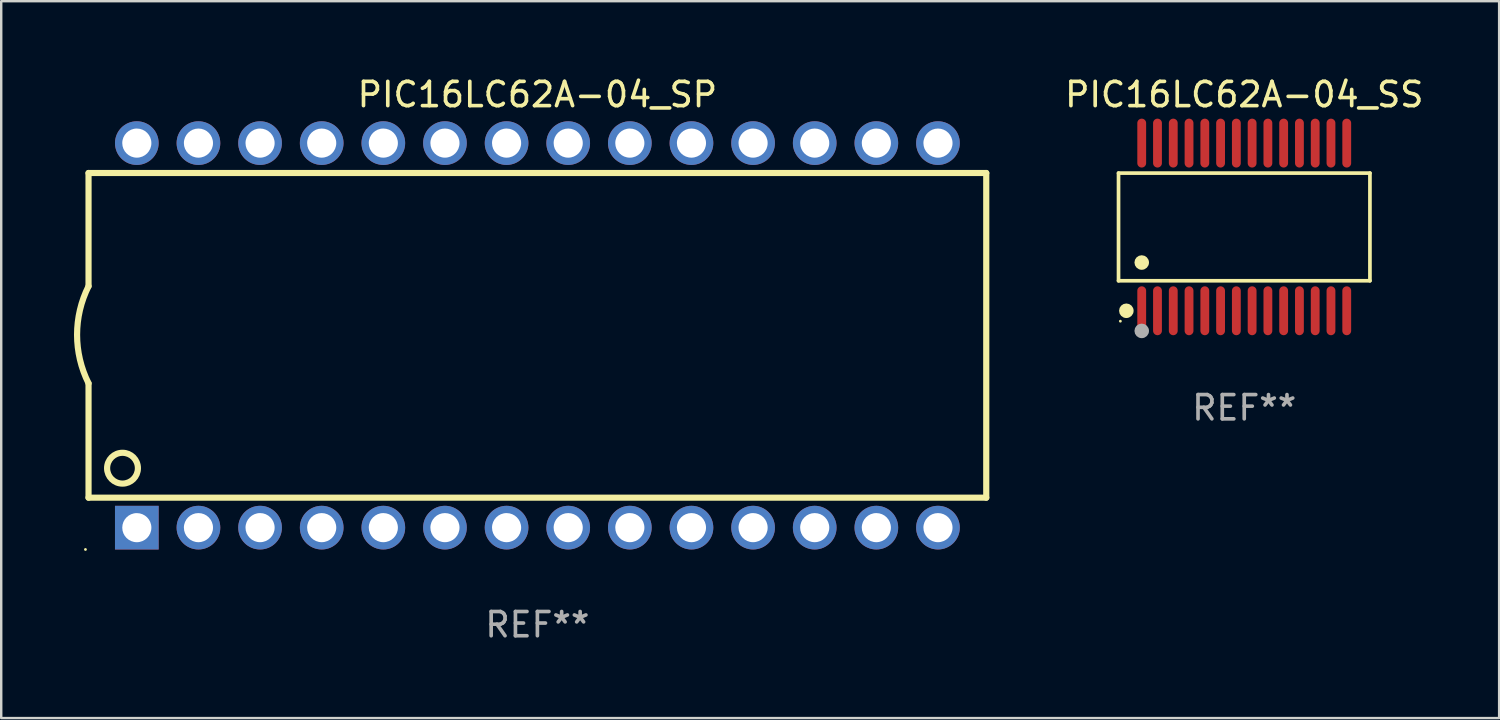
<source format=kicad_pcb>
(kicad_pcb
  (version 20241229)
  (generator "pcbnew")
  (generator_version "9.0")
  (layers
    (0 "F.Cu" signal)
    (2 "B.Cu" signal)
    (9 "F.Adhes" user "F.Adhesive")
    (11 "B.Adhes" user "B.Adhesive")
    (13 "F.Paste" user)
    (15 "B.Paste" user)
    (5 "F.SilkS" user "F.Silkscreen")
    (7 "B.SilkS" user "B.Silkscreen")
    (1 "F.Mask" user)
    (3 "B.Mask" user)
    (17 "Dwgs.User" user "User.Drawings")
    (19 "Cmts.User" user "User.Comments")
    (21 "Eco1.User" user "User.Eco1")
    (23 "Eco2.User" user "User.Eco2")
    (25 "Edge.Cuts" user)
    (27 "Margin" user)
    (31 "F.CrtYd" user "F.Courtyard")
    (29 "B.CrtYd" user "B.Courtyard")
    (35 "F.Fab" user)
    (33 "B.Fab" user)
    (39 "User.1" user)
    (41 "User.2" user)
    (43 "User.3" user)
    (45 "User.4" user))
  (footprint "PIC16LC62A-04_SS"
    (layer "F.Cu")
    (at 48.232 6.303)
    (property "Reference" "PIC16LC62A-04_SS" (at 0 -5.455 0) (layer "F.SilkS") (effects (font (size 1 1) (thickness 0.15))))
    (attr through_hole)
    (fp_line (start -5.181 -2.219) (end 5.181 -2.219) (stroke (width 0.152) (type solid)) (layer "F.SilkS"))
    (fp_line (start -5.181 2.219) (end -5.181 -2.219) (stroke (width 0.152) (type solid)) (layer "F.SilkS"))
    (fp_line (start 5.181 -2.219) (end 5.181 2.219) (stroke (width 0.152) (type solid)) (layer "F.SilkS"))
    (fp_line (start 5.181 2.219) (end -5.181 2.219) (stroke (width 0.152) (type solid)) (layer "F.SilkS"))
    (fp_circle (center -5.105 3.885) (end -5.075 3.885) (stroke (width 0.06) (type solid)) (fill no) (layer "F.SilkS"))
    (fp_circle (center -4.859 3.455) (end -4.709 3.455) (stroke (width 0.3) (type solid)) (fill no) (layer "F.SilkS"))
    (fp_circle (center -4.225 1.467) (end -4.075 1.467) (stroke (width 0.3) (type solid)) (fill no) (layer "F.SilkS"))
    (fp_circle (center -4.225 4.285) (end -4.075 4.285) (stroke (width 0.3) (type solid)) (fill no) (layer "F.Fab"))
    (fp_text user "REF**" (at 0 7.455 0) (layer "F.Fab") (effects (font (size 1 1) (thickness 0.15))))
    (pad "1" smd oval (at -4.225 3.455) (size 0.364 2.015) (layers "F.Cu" "F.Mask" "F.Paste"))
    (pad "2" smd oval (at -3.575 3.455) (size 0.364 2.015) (layers "F.Cu" "F.Mask" "F.Paste"))
    (pad "3" smd oval (at -2.925 3.455) (size 0.364 2.015) (layers "F.Cu" "F.Mask" "F.Paste"))
    (pad "4" smd oval (at -2.275 3.455) (size 0.364 2.015) (layers "F.Cu" "F.Mask" "F.Paste"))
    (pad "5" smd oval (at -1.625 3.455) (size 0.364 2.015) (layers "F.Cu" "F.Mask" "F.Paste"))
    (pad "6" smd oval (at -0.975 3.455) (size 0.364 2.015) (layers "F.Cu" "F.Mask" "F.Paste"))
    (pad "7" smd oval (at -0.325 3.455) (size 0.364 2.015) (layers "F.Cu" "F.Mask" "F.Paste"))
    (pad "8" smd oval (at 0.325 3.455) (size 0.364 2.015) (layers "F.Cu" "F.Mask" "F.Paste"))
    (pad "9" smd oval (at 0.975 3.455) (size 0.364 2.015) (layers "F.Cu" "F.Mask" "F.Paste"))
    (pad "10" smd oval (at 1.625 3.455) (size 0.364 2.015) (layers "F.Cu" "F.Mask" "F.Paste"))
    (pad "11" smd oval (at 2.275 3.455) (size 0.364 2.015) (layers "F.Cu" "F.Mask" "F.Paste"))
    (pad "12" smd oval (at 2.925 3.455) (size 0.364 2.015) (layers "F.Cu" "F.Mask" "F.Paste"))
    (pad "13" smd oval (at 3.575 3.455) (size 0.364 2.015) (layers "F.Cu" "F.Mask" "F.Paste"))
    (pad "14" smd oval (at 4.225 3.455) (size 0.364 2.015) (layers "F.Cu" "F.Mask" "F.Paste"))
    (pad "15" smd oval (at 4.225 -3.455) (size 0.364 2.015) (layers "F.Cu" "F.Mask" "F.Paste"))
    (pad "16" smd oval (at 3.575 -3.455) (size 0.364 2.015) (layers "F.Cu" "F.Mask" "F.Paste"))
    (pad "17" smd oval (at 2.925 -3.455) (size 0.364 2.015) (layers "F.Cu" "F.Mask" "F.Paste"))
    (pad "18" smd oval (at 2.275 -3.455) (size 0.364 2.015) (layers "F.Cu" "F.Mask" "F.Paste"))
    (pad "19" smd oval (at 1.625 -3.455) (size 0.364 2.015) (layers "F.Cu" "F.Mask" "F.Paste"))
    (pad "20" smd oval (at 0.975 -3.455) (size 0.364 2.015) (layers "F.Cu" "F.Mask" "F.Paste"))
    (pad "21" smd oval (at 0.325 -3.455) (size 0.364 2.015) (layers "F.Cu" "F.Mask" "F.Paste"))
    (pad "22" smd oval (at -0.325 -3.455) (size 0.364 2.015) (layers "F.Cu" "F.Mask" "F.Paste"))
    (pad "23" smd oval (at -0.975 -3.455) (size 0.364 2.015) (layers "F.Cu" "F.Mask" "F.Paste"))
    (pad "24" smd oval (at -1.625 -3.455) (size 0.364 2.015) (layers "F.Cu" "F.Mask" "F.Paste"))
    (pad "25" smd oval (at -2.275 -3.455) (size 0.364 2.015) (layers "F.Cu" "F.Mask" "F.Paste"))
    (pad "26" smd oval (at -2.925 -3.455) (size 0.364 2.015) (layers "F.Cu" "F.Mask" "F.Paste"))
    (pad "27" smd oval (at -3.575 -3.455) (size 0.364 2.015) (layers "F.Cu" "F.Mask" "F.Paste"))
    (pad "28" smd oval (at -4.225 -3.455) (size 0.364 2.015) (layers "F.Cu" "F.Mask" "F.Paste")))
  (footprint "PIC16LC62A-04_SP"
    (layer "F.Cu")
    (at 19.099 10.773)
    (property "Reference" "PIC16LC62A-04_SP" (at 0 -9.925 0) (layer "F.SilkS") (effects (font (size 1 1) (thickness 0.15))))
    (attr through_hole)
    (fp_line (start -18.5 -6.692) (end -18.5 -2.026) (stroke (width 0.254) (type solid)) (layer "F.SilkS"))
    (fp_line (start -18.5 6.689) (end -18.5 1.974) (stroke (width 0.254) (type solid)) (layer "F.SilkS"))
    (fp_line (start -18.5 6.689) (end 18.5 6.689) (stroke (width 0.254) (type solid)) (layer "F.SilkS"))
    (fp_line (start 18.5 -6.692) (end -18.5 -6.692) (stroke (width 0.254) (type solid)) (layer "F.SilkS"))
    (fp_line (start 18.5 6.689) (end 18.5 -6.692) (stroke (width 0.254) (type solid)) (layer "F.SilkS"))
    (fp_arc (start -18.500051 1.974346) (mid -18.972187 -0.025654) (end -18.500051 -2.025654) (stroke (width 0.254001) (type solid)) (layer "F.SilkS"))
    (fp_circle (center -18.627 8.824) (end -18.597 8.824) (stroke (width 0.06) (type solid)) (fill no) (layer "F.SilkS"))
    (fp_circle (center -17.1 5.474) (end -16.465 5.474) (stroke (width 0.254) (type solid)) (fill no) (layer "F.SilkS"))
    (fp_text user "REF**" (at 0 11.925 0) (layer "F.Fab") (effects (font (size 1 1) (thickness 0.15))))
    (pad "1" thru_hole rect (at -16.51 7.925) (size 1.8 1.8) (drill 1.2) (layers "*.Cu" "*.Mask"))
    (pad "2" thru_hole circle (at -13.97 7.924) (size 1.8 1.8) (drill 1.2) (layers "*.Cu" "*.Mask"))
    (pad "3" thru_hole circle (at -11.43 7.924) (size 1.8 1.8) (drill 1.2) (layers "*.Cu" "*.Mask"))
    (pad "4" thru_hole circle (at -8.89 7.924) (size 1.8 1.8) (drill 1.2) (layers "*.Cu" "*.Mask"))
    (pad "5" thru_hole circle (at -6.35 7.924) (size 1.8 1.8) (drill 1.2) (layers "*.Cu" "*.Mask"))
    (pad "6" thru_hole circle (at -3.81 7.924) (size 1.8 1.8) (drill 1.2) (layers "*.Cu" "*.Mask"))
    (pad "7" thru_hole circle (at -1.27 7.924) (size 1.8 1.8) (drill 1.2) (layers "*.Cu" "*.Mask"))
    (pad "8" thru_hole circle (at 1.27 7.924) (size 1.8 1.8) (drill 1.2) (layers "*.Cu" "*.Mask"))
    (pad "9" thru_hole circle (at 3.81 7.924) (size 1.8 1.8) (drill 1.2) (layers "*.Cu" "*.Mask"))
    (pad "10" thru_hole circle (at 6.35 7.924) (size 1.8 1.8) (drill 1.2) (layers "*.Cu" "*.Mask"))
    (pad "11" thru_hole circle (at 8.89 7.924) (size 1.8 1.8) (drill 1.2) (layers "*.Cu" "*.Mask"))
    (pad "12" thru_hole circle (at 11.43 7.924) (size 1.8 1.8) (drill 1.2) (layers "*.Cu" "*.Mask"))
    (pad "13" thru_hole circle (at 13.97 7.924) (size 1.8 1.8) (drill 1.2) (layers "*.Cu" "*.Mask"))
    (pad "14" thru_hole circle (at 16.51 7.924) (size 1.8 1.8) (drill 1.2) (layers "*.Cu" "*.Mask"))
    (pad "15" thru_hole circle (at 16.51 -7.925) (size 1.8 1.8) (drill 1.2) (layers "*.Cu" "*.Mask"))
    (pad "16" thru_hole circle (at 13.97 -7.925) (size 1.8 1.8) (drill 1.2) (layers "*.Cu" "*.Mask"))
    (pad "17" thru_hole circle (at 11.43 -7.925) (size 1.8 1.8) (drill 1.2) (layers "*.Cu" "*.Mask"))
    (pad "18" thru_hole circle (at 8.89 -7.925) (size 1.8 1.8) (drill 1.2) (layers "*.Cu" "*.Mask"))
    (pad "19" thru_hole circle (at 6.35 -7.925) (size 1.8 1.8) (drill 1.2) (layers "*.Cu" "*.Mask"))
    (pad "20" thru_hole circle (at 3.81 -7.925) (size 1.8 1.8) (drill 1.2) (layers "*.Cu" "*.Mask"))
    (pad "21" thru_hole circle (at 1.27 -7.925) (size 1.8 1.8) (drill 1.2) (layers "*.Cu" "*.Mask"))
    (pad "22" thru_hole circle (at -1.27 -7.925) (size 1.8 1.8) (drill 1.2) (layers "*.Cu" "*.Mask"))
    (pad "23" thru_hole circle (at -3.81 -7.925) (size 1.8 1.8) (drill 1.2) (layers "*.Cu" "*.Mask"))
    (pad "24" thru_hole circle (at -6.35 -7.925) (size 1.8 1.8) (drill 1.2) (layers "*.Cu" "*.Mask"))
    (pad "25" thru_hole circle (at -8.89 -7.925) (size 1.8 1.8) (drill 1.2) (layers "*.Cu" "*.Mask"))
    (pad "26" thru_hole circle (at -11.43 -7.925) (size 1.8 1.8) (drill 1.2) (layers "*.Cu" "*.Mask"))
    (pad "27" thru_hole circle (at -13.97 -7.925) (size 1.8 1.8) (drill 1.2) (layers "*.Cu" "*.Mask"))
    (pad "28" thru_hole circle (at -16.51 -7.925) (size 1.8 1.8) (drill 1.2) (layers "*.Cu" "*.Mask")))
  (gr_rect
    (start -3 -3)
    (end 58.738 26.546)
    (stroke (width 0.1) (type default))
    (fill no)
    (layer "Edge.Cuts")))
</source>
